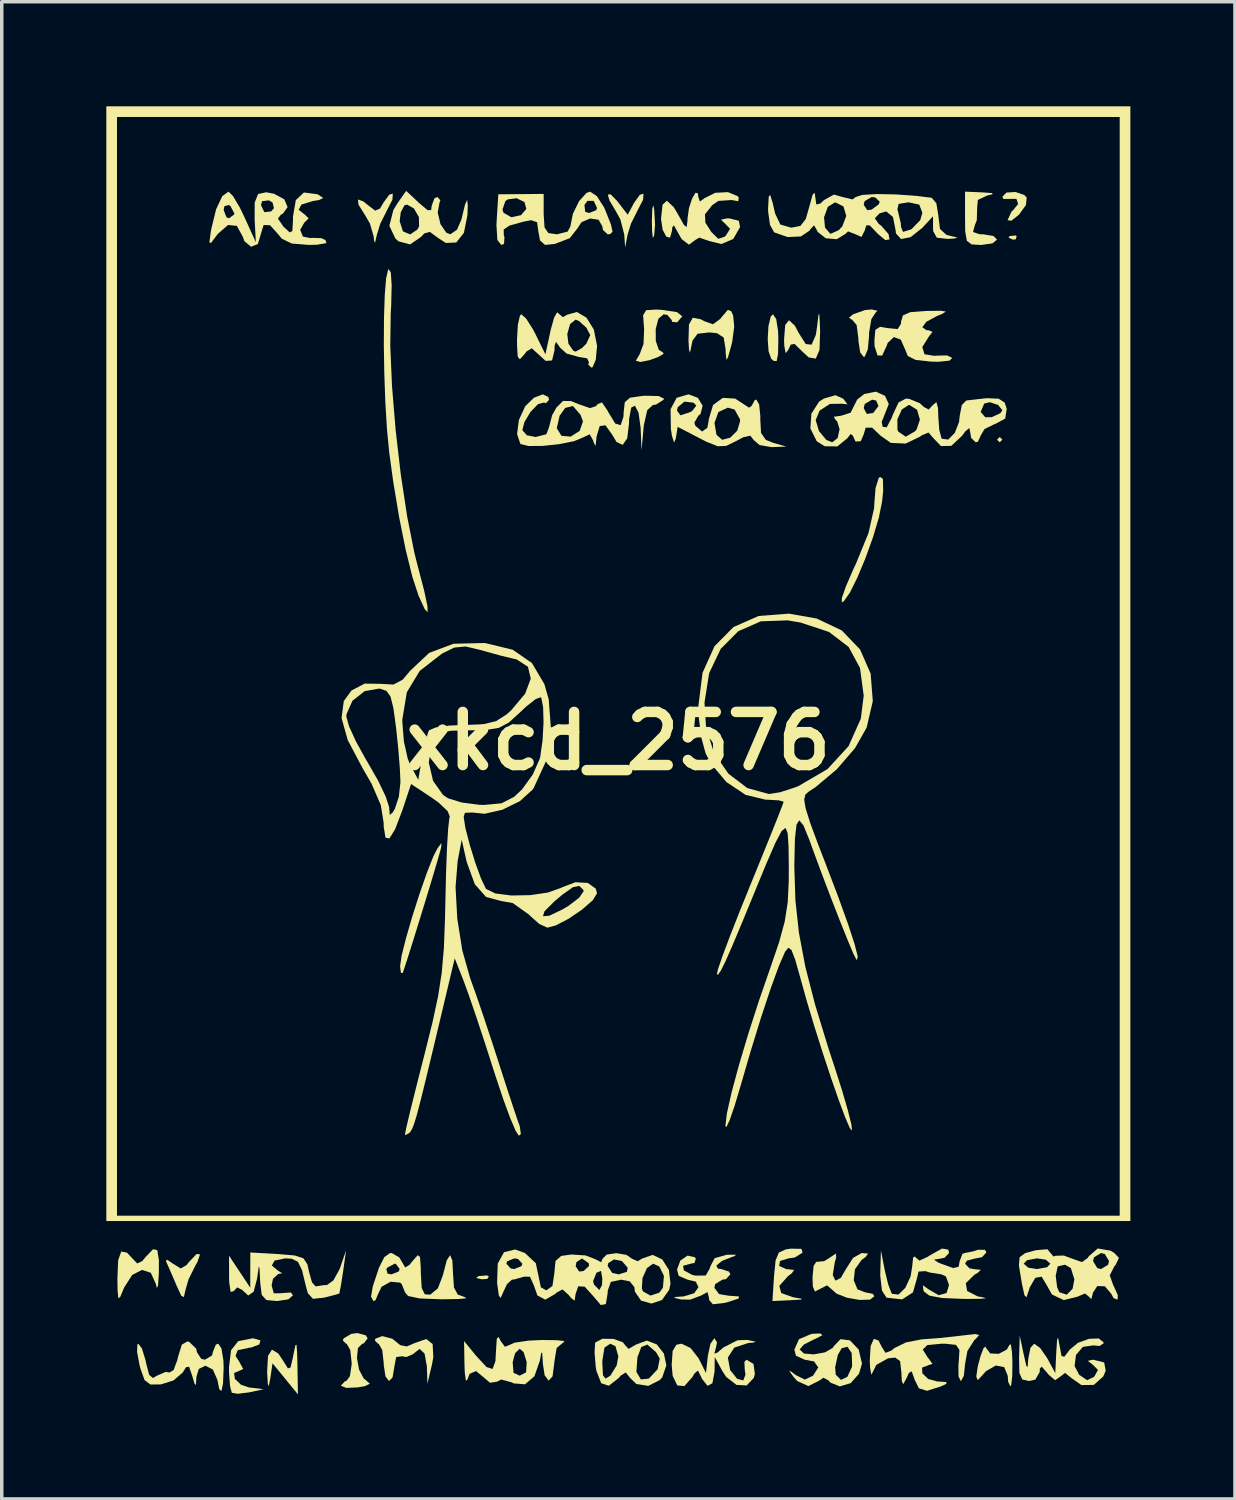
<source format=kicad_pcb>
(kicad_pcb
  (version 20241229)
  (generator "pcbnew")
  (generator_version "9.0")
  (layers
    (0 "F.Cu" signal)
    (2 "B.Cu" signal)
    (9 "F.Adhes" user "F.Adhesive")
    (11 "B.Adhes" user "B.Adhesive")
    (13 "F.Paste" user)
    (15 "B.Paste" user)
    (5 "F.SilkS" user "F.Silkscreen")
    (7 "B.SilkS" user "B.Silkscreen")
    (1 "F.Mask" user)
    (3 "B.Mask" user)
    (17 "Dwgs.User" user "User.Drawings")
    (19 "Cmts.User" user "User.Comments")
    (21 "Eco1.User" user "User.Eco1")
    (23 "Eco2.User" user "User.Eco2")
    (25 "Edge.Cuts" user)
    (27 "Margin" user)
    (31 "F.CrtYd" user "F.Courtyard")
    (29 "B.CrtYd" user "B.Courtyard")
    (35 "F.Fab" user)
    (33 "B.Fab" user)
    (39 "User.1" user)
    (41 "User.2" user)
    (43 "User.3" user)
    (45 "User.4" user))
  (footprint "xkcd_2576"
    (layer "F.Cu")
    (at 14.689 18.208)
    (property "Reference" "xkcd_2576" (at 0 0 0) (layer "F.SilkS") (effects (font (size 1.524 1.524) (thickness 0.3))))
    (attr board_only exclude_from_pos_files exclude_from_bom)
    (fp_poly (pts (xy 11.017 -8.645) (xy 10.94 -8.569) (xy 10.864 -8.645) (xy 10.94 -8.722)) (stroke (width 0) (type solid)) (fill yes) (layer "F.SilkS"))
    (fp_poly (pts (xy -3.714 15.362) (xy -3.759 15.431) (xy -3.915 15.442) (xy -4.078 15.405) (xy -4.007 15.35) (xy -3.768 15.331)) (stroke (width 0) (type solid)) (fill yes) (layer "F.SilkS"))
    (fp_poly (pts (xy 11.425 -14.485) (xy 11.404 -14.394) (xy 11.323 -14.383) (xy 11.197 -14.439) (xy 11.221 -14.485) (xy 11.402 -14.503)) (stroke (width 0) (type solid)) (fill yes) (layer "F.SilkS"))
    (fp_poly (pts (xy 1.028 -15.261) (xy 1.053 -14.808) (xy 1.026 -14.496) (xy 0.99 -14.434) (xy 0.967 -14.635) (xy 0.962 -14.919) (xy 0.973 -15.266) (xy 1.001 -15.367)) (stroke (width 0) (type solid)) (fill yes) (layer "F.SilkS"))
    (fp_poly (pts (xy 14.689 13.771) (xy -14.689 13.771) (xy -14.689 13.618) (xy -14.383 13.618) (xy 14.383 13.618) (xy 14.383 -17.902) (xy -14.383 -17.902) (xy -14.383 13.618) (xy -14.689 13.618) (xy -14.689 -18.208) (xy 14.689 -18.208)) (stroke (width 0) (type solid)) (fill yes) (layer "F.SilkS"))
    (fp_poly (pts (xy 4.529 -12.104) (xy 4.583 -11.758) (xy 4.59 -11.552) (xy 4.582 -11.101) (xy 4.543 -10.902) (xy 4.457 -10.903) (xy 4.386 -10.966) (xy 4.31 -11.18) (xy 4.285 -11.533) (xy 4.307 -11.905) (xy 4.371 -12.176) (xy 4.437 -12.241)) (stroke (width 0) (type solid)) (fill yes) (layer "F.SilkS"))
    (fp_poly (pts (xy 11.643 -15.665) (xy 11.715 -15.592) (xy 11.693 -15.377) (xy 11.494 -15.099) (xy 11.272 -14.925) (xy 11.17 -14.942) (xy 11.17 -14.952) (xy 11.283 -15.194) (xy 11.323 -15.225) (xy 11.469 -15.406) (xy 11.421 -15.552) (xy 11.246 -15.552) (xy 11.049 -15.549) (xy 11.017 -15.612) (xy 11.135 -15.734) (xy 11.393 -15.75)) (stroke (width 0) (type solid)) (fill yes) (layer "F.SilkS"))
    (fp_poly (pts (xy 0.71 -15.528) (xy 0.57 -15.257) (xy 0.362 -14.841) (xy 0.265 -14.525) (xy 0.195 -14.154) (xy 0.169 -14.536) (xy 0.057 -14.965) (xy -0.081 -15.216) (xy -0.256 -15.509) (xy -0.303 -15.675) (xy -0.223 -15.685) (xy -0.035 -15.493) (xy -0.015 -15.467) (xy 0.269 -15.098) (xy 0.453 -15.442) (xy 0.617 -15.669) (xy 0.722 -15.702)) (stroke (width 0) (type solid)) (fill yes) (layer "F.SilkS"))
    (fp_poly (pts (xy -12 14.727) (xy -12.077 14.953) (xy -12.133 15.045) (xy -12.332 15.449) (xy -12.418 15.752) (xy -12.464 15.953) (xy -12.536 15.918) (xy -12.673 15.624) (xy -12.688 15.588) (xy -12.853 15.204) (xy -12.971 14.939) (xy -12.981 14.919) (xy -12.945 14.88) (xy -12.785 14.989) (xy -12.555 15.131) (xy -12.387 15.035) (xy -12.322 14.951) (xy -12.099 14.717)) (stroke (width 0) (type solid)) (fill yes) (layer "F.SilkS"))
    (fp_poly (pts (xy -6.482 -15.528) (xy -6.621 -15.257) (xy -6.829 -14.841) (xy -6.927 -14.525) (xy -6.98 -14.294) (xy -7.008 -14.355) (xy -7.018 -14.469) (xy -7.126 -14.844) (xy -7.263 -15.081) (xy -7.456 -15.389) (xy -7.47 -15.536) (xy -7.314 -15.479) (xy -7.204 -15.389) (xy -6.976 -15.215) (xy -6.839 -15.274) (xy -6.732 -15.455) (xy -6.57 -15.675) (xy -6.47 -15.702)) (stroke (width 0) (type solid)) (fill yes) (layer "F.SilkS"))
    (fp_poly (pts (xy 7.435 -12.343) (xy 7.383 -12.293) (xy 7.258 -12.101) (xy 7.194 -11.721) (xy 7.192 -11.616) (xy 7.157 -11.238) (xy 7.071 -11.03) (xy 7.039 -11.017) (xy 6.937 -11.151) (xy 6.887 -11.482) (xy 6.886 -11.552) (xy 6.836 -11.936) (xy 6.702 -12.09) (xy 6.694 -12.09) (xy 6.615 -12.143) (xy 6.733 -12.241) (xy 7.08 -12.364) (xy 7.268 -12.38)) (stroke (width 0) (type solid)) (fill yes) (layer "F.SilkS"))
    (fp_poly (pts (xy -9.214 17.574) (xy -9.206 17.902) (xy -9.192 18.744) (xy -9.556 18.298) (xy -9.921 17.852) (xy -9.987 18.298) (xy -10.029 18.51) (xy -10.056 18.444) (xy -10.076 18.094) (xy -10.05 17.638) (xy -9.938 17.461) (xy -9.755 17.571) (xy -9.611 17.788) (xy -9.48 17.997) (xy -9.405 17.975) (xy -9.337 17.691) (xy -9.32 17.596) (xy -9.264 17.334) (xy -9.232 17.32)) (stroke (width 0) (type solid)) (fill yes) (layer "F.SilkS"))
    (fp_poly (pts (xy -5.08 3.032) (xy -5.105 3.137) (xy -5.182 3.412) (xy -5.323 3.887) (xy -5.504 4.486) (xy -5.702 5.131) (xy -5.893 5.747) (xy -6.054 6.258) (xy -6.162 6.587) (xy -6.187 6.656) (xy -6.238 6.651) (xy -6.261 6.46) (xy -6.218 6.16) (xy -6.092 5.658) (xy -5.912 5.037) (xy -5.703 4.383) (xy -5.492 3.779) (xy -5.306 3.309) (xy -5.197 3.094) (xy -5.076 2.926)) (stroke (width 0) (type solid)) (fill yes) (layer "F.SilkS"))
    (fp_poly (pts (xy 7.591 -7.518) (xy 7.597 -7.174) (xy 7.565 -6.861) (xy 7.472 -6.403) (xy 7.304 -5.842) (xy 7.091 -5.249) (xy 6.861 -4.698) (xy 6.645 -4.261) (xy 6.47 -4.011) (xy 6.41 -3.978) (xy 6.413 -4.104) (xy 6.53 -4.439) (xy 6.737 -4.919) (xy 6.815 -5.083) (xy 7.177 -5.967) (xy 7.337 -6.679) (xy 7.345 -6.834) (xy 7.379 -7.257) (xy 7.467 -7.537) (xy 7.505 -7.578)) (stroke (width 0) (type solid)) (fill yes) (layer "F.SilkS"))
    (fp_poly (pts (xy 10.443 -15.739) (xy 10.731 -15.718) (xy 10.727 -15.683) (xy 10.582 -15.65) (xy 10.314 -15.522) (xy 10.294 -15.31) (xy 10.284 -14.945) (xy 10.224 -14.787) (xy 10.175 -14.602) (xy 10.358 -14.539) (xy 10.474 -14.536) (xy 10.765 -14.485) (xy 10.864 -14.383) (xy 10.731 -14.276) (xy 10.411 -14.23) (xy 10.405 -14.23) (xy 10.133 -14.247) (xy 9.998 -14.35) (xy 9.951 -14.617) (xy 9.946 -14.995) (xy 9.946 -15.76)) (stroke (width 0) (type solid)) (fill yes) (layer "F.SilkS"))
    (fp_poly (pts (xy 5.778 -12.027) (xy 5.789 -11.753) (xy 5.771 -11.218) (xy 5.664 -10.97) (xy 5.462 -11.004) (xy 5.267 -11.183) (xy 5.056 -11.391) (xy 4.947 -11.373) (xy 4.874 -11.218) (xy 4.8 -11.127) (xy 4.761 -11.329) (xy 4.754 -11.514) (xy 4.787 -11.935) (xy 4.896 -12.071) (xy 5.065 -11.914) (xy 5.175 -11.705) (xy 5.376 -11.388) (xy 5.544 -11.37) (xy 5.665 -11.648) (xy 5.703 -11.897) (xy 5.739 -12.213) (xy 5.762 -12.262)) (stroke (width 0) (type solid)) (fill yes) (layer "F.SilkS"))
    (fp_poly (pts (xy -13.227 14.603) (xy -13.18 14.895) (xy -13.182 15.263) (xy -13.205 15.618) (xy -13.239 15.696) (xy -13.268 15.573) (xy -13.414 15.255) (xy -13.665 15.173) (xy -13.946 15.318) (xy -14.179 15.681) (xy -14.18 15.684) (xy -14.29 15.949) (xy -14.344 15.986) (xy -14.365 15.765) (xy -14.371 15.441) (xy -14.35 14.898) (xy -14.261 14.646) (xy -14.098 14.676) (xy -13.977 14.806) (xy -13.802 14.988) (xy -13.658 14.92) (xy -13.563 14.804) (xy -13.349 14.58)) (stroke (width 0) (type solid)) (fill yes) (layer "F.SilkS"))
    (fp_poly (pts (xy 5.253 14.569) (xy 5.286 14.677) (xy 5.064 14.816) (xy 4.887 14.842) (xy 4.639 14.916) (xy 4.612 15.059) (xy 4.817 15.151) (xy 4.858 15.153) (xy 5.042 15.173) (xy 4.978 15.268) (xy 4.858 15.361) (xy 4.618 15.632) (xy 4.674 15.838) (xy 5.011 15.957) (xy 5.264 16.001) (xy 5.238 16.025) (xy 4.926 16.043) (xy 4.421 16.066) (xy 4.467 15.339) (xy 4.512 14.897) (xy 4.606 14.674) (xy 4.805 14.584) (xy 4.951 14.563)) (stroke (width 0) (type solid)) (fill yes) (layer "F.SilkS"))
    (fp_poly (pts (xy -10.267 17.195) (xy -10.299 17.311) (xy -10.53 17.398) (xy -10.575 17.403) (xy -10.919 17.476) (xy -10.982 17.639) (xy -10.867 17.822) (xy -10.763 18.015) (xy -10.845 18.055) (xy -11.023 18.131) (xy -11.001 18.299) (xy -10.824 18.468) (xy -10.596 18.545) (xy -10.175 18.596) (xy -10.592 18.686) (xy -10.923 18.727) (xy -11.09 18.697) (xy -11.139 18.507) (xy -11.168 18.128) (xy -11.17 17.97) (xy -11.111 17.477) (xy -10.904 17.217) (xy -10.504 17.138) (xy -10.469 17.137)) (stroke (width 0) (type solid)) (fill yes) (layer "F.SilkS"))
    (fp_poly (pts (xy 11.293 17.535) (xy 11.305 17.788) (xy 11.301 18.211) (xy 11.271 18.473) (xy 11.246 18.514) (xy 11.184 18.386) (xy 11.17 18.208) (xy 11.069 17.961) (xy 10.829 17.916) (xy 10.545 18.078) (xy 10.465 18.17) (xy 10.312 18.336) (xy 10.271 18.247) (xy 10.272 18.208) (xy 10.312 17.938) (xy 10.391 17.643) (xy 10.476 17.421) (xy 10.535 17.368) (xy 10.543 17.405) (xy 10.668 17.569) (xy 10.913 17.581) (xy 11.144 17.458) (xy 11.217 17.329) (xy 11.26 17.305)) (stroke (width 0) (type solid)) (fill yes) (layer "F.SilkS"))
    (fp_poly (pts (xy 3.24 -12.328) (xy 3.294 -12.205) (xy 3.324 -11.888) (xy 3.266 -11.448) (xy 3.245 -11.363) (xy 3.146 -11.009) (xy 3.1 -10.935) (xy 3.08 -11.124) (xy 3.076 -11.246) (xy 3.022 -11.575) (xy 2.826 -11.701) (xy 2.609 -11.721) (xy 2.274 -11.684) (xy 2.127 -11.484) (xy 2.097 -11.339) (xy 2.055 -11.14) (xy 2.028 -11.223) (xy 2.012 -11.489) (xy 2.026 -11.95) (xy 2.136 -12.143) (xy 2.366 -12.099) (xy 2.461 -12.045) (xy 2.715 -11.955) (xy 2.924 -12.109) (xy 2.969 -12.168) (xy 3.143 -12.371)) (stroke (width 0) (type solid)) (fill yes) (layer "F.SilkS"))
    (fp_poly (pts (xy -7.245 17.05) (xy -7.192 17.137) (xy -7.308 17.286) (xy -7.345 17.29) (xy -7.47 17.413) (xy -7.498 17.701) (xy -7.439 18.033) (xy -7.305 18.287) (xy -7.247 18.333) (xy -7.129 18.437) (xy -7.265 18.507) (xy -7.477 18.544) (xy -7.806 18.558) (xy -7.956 18.496) (xy -7.957 18.488) (xy -7.839 18.365) (xy -7.804 18.361) (xy -7.702 18.227) (xy -7.652 17.896) (xy -7.651 17.826) (xy -7.691 17.472) (xy -7.791 17.295) (xy -7.813 17.29) (xy -7.904 17.197) (xy -7.88 17.137) (xy -7.664 17.009) (xy -7.489 16.984)) (stroke (width 0) (type solid)) (fill yes) (layer "F.SilkS"))
    (fp_poly (pts (xy 1.254 -12.368) (xy 1.683 -12.304) (xy 1.834 -12.183) (xy 1.693 -12.018) (xy 1.683 -12.011) (xy 1.542 -12.024) (xy 1.53 -12.079) (xy 1.406 -12.223) (xy 1.301 -12.241) (xy 1.149 -12.114) (xy 1.072 -11.817) (xy 1.074 -11.477) (xy 1.161 -11.221) (xy 1.262 -11.159) (xy 1.304 -11.112) (xy 1.151 -11.02) (xy 0.898 -10.927) (xy 0.643 -10.875) (xy 0.632 -10.875) (xy 0.501 -10.91) (xy 0.605 -11.085) (xy 0.61 -11.091) (xy 0.722 -11.391) (xy 0.74 -11.817) (xy 0.736 -11.861) (xy 0.71 -12.213) (xy 0.798 -12.359) (xy 1.08 -12.378)) (stroke (width 0) (type solid)) (fill yes) (layer "F.SilkS"))
    (fp_poly (pts (xy -6.485 17.148) (xy -6.256 17.332) (xy -6.07 17.369) (xy -5.839 17.27) (xy -5.51 17.156) (xy -5.328 17.299) (xy -5.308 17.681) (xy -5.35 17.902) (xy -5.477 18.438) (xy -5.493 17.941) (xy -5.559 17.573) (xy -5.7 17.44) (xy -5.879 17.577) (xy -5.887 17.59) (xy -6.086 17.673) (xy -6.202 17.65) (xy -6.373 17.673) (xy -6.426 17.95) (xy -6.427 17.963) (xy -6.477 18.258) (xy -6.58 18.361) (xy -6.681 18.227) (xy -6.731 17.896) (xy -6.733 17.826) (xy -6.773 17.472) (xy -6.873 17.295) (xy -6.895 17.29) (xy -6.988 17.198) (xy -6.966 17.144) (xy -6.772 17.072)) (stroke (width 0) (type solid)) (fill yes) (layer "F.SilkS"))
    (fp_poly (pts (xy -6.527 -13.439) (xy -6.503 -13.076) (xy -6.517 -12.483) (xy -6.529 -12.282) (xy -6.543 -11.34) (xy -6.494 -10.193) (xy -6.39 -8.933) (xy -6.242 -7.653) (xy -6.059 -6.445) (xy -5.852 -5.402) (xy -5.753 -5.011) (xy -5.57 -4.311) (xy -5.476 -3.868) (xy -5.472 -3.691) (xy -5.557 -3.788) (xy -5.731 -4.168) (xy -5.732 -4.17) (xy -5.909 -4.709) (xy -6.1 -5.482) (xy -6.288 -6.418) (xy -6.459 -7.446) (xy -6.571 -8.259) (xy -6.636 -8.923) (xy -6.684 -9.702) (xy -6.714 -10.537) (xy -6.728 -11.371) (xy -6.723 -12.144) (xy -6.701 -12.799) (xy -6.662 -13.277) (xy -6.604 -13.52) (xy -6.589 -13.536)) (stroke (width 0) (type solid)) (fill yes) (layer "F.SilkS"))
    (fp_poly (pts (xy 7.164 14.706) (xy 7.094 14.801) (xy 6.977 14.889) (xy 6.788 15.153) (xy 6.753 15.471) (xy 6.86 15.73) (xy 7.077 15.815) (xy 7.303 15.861) (xy 7.345 15.93) (xy 7.22 16.026) (xy 6.922 16.035) (xy 6.565 15.973) (xy 6.265 15.857) (xy 6.156 15.761) (xy 5.987 15.616) (xy 5.791 15.716) (xy 5.642 15.793) (xy 5.58 15.654) (xy 5.57 15.381) (xy 5.602 15.058) (xy 5.682 14.936) (xy 5.699 14.942) (xy 5.906 14.922) (xy 6.073 14.818) (xy 6.243 14.703) (xy 6.249 14.821) (xy 6.209 14.957) (xy 6.151 15.32) (xy 6.228 15.481) (xy 6.383 15.402) (xy 6.517 15.168) (xy 6.734 14.828) (xy 6.98 14.689) (xy 6.984 14.689)) (stroke (width 0) (type solid)) (fill yes) (layer "F.SilkS"))
    (fp_poly (pts (xy 9.395 -12.32) (xy 9.292 -12.253) (xy 9.142 -12.193) (xy 8.833 -12.025) (xy 8.721 -11.87) (xy 8.841 -11.786) (xy 8.905 -11.782) (xy 9.012 -11.737) (xy 8.905 -11.598) (xy 8.72 -11.301) (xy 8.783 -11.095) (xy 9.071 -11.049) (xy 9.108 -11.055) (xy 9.429 -11.062) (xy 9.581 -10.989) (xy 9.5 -10.912) (xy 9.188 -10.88) (xy 8.972 -10.884) (xy 8.525 -10.934) (xy 8.303 -11.046) (xy 8.231 -11.224) (xy 8.103 -11.515) (xy 7.902 -11.587) (xy 7.727 -11.42) (xy 7.699 -11.339) (xy 7.569 -11.059) (xy 7.436 -11.06) (xy 7.352 -11.32) (xy 7.345 -11.479) (xy 7.373 -11.795) (xy 7.51 -11.883) (xy 7.727 -11.845) (xy 8.014 -11.818) (xy 8.108 -11.968) (xy 8.111 -12.033) (xy 8.165 -12.211) (xy 8.375 -12.302) (xy 8.814 -12.336) (xy 8.838 -12.337) (xy 9.253 -12.343)) (stroke (width 0) (type solid)) (fill yes) (layer "F.SilkS"))
    (fp_poly (pts (xy -5.721 -15.439) (xy -5.472 -15.228) (xy -5.37 -15.231) (xy -5.355 -15.351) (xy -5.276 -15.571) (xy -5.193 -15.607) (xy -5.105 -15.512) (xy -5.131 -15.446) (xy -5.182 -15.161) (xy -5.102 -14.827) (xy -4.936 -14.583) (xy -4.82 -14.536) (xy -4.629 -14.668) (xy -4.503 -14.957) (xy -4.398 -15.391) (xy -4.337 -15.524) (xy -4.319 -15.36) (xy -4.329 -15.087) (xy -4.431 -14.578) (xy -4.649 -14.302) (xy -4.949 -14.288) (xy -5.172 -14.432) (xy -5.408 -14.606) (xy -5.57 -14.56) (xy -5.658 -14.463) (xy -5.975 -14.246) (xy -6.303 -14.334) (xy -6.396 -14.414) (xy -6.569 -14.78) (xy -6.536 -14.91) (xy -6.273 -14.91) (xy -6.179 -14.62) (xy -5.97 -14.533) (xy -5.761 -14.677) (xy -5.716 -14.768) (xy -5.722 -15.032) (xy -5.864 -15.277) (xy -6.06 -15.388) (xy -6.138 -15.367) (xy -6.243 -15.165) (xy -6.273 -14.91) (xy -6.536 -14.91) (xy -6.453 -15.236) (xy -6.333 -15.431) (xy -6.087 -15.783)) (stroke (width 0) (type solid)) (fill yes) (layer "F.SilkS"))
    (fp_poly (pts (xy -12.312 17.237) (xy -12.112 17.431) (xy -12.088 17.536) (xy -11.965 17.725) (xy -11.858 17.749) (xy -11.656 17.627) (xy -11.629 17.52) (xy -11.546 17.316) (xy -11.476 17.29) (xy -11.385 17.427) (xy -11.33 17.773) (xy -11.323 17.979) (xy -11.341 18.433) (xy -11.386 18.647) (xy -11.447 18.598) (xy -11.504 18.325) (xy -11.633 18.031) (xy -11.845 17.922) (xy -12.035 18.013) (xy -12.103 18.235) (xy -12.12 18.477) (xy -12.159 18.436) (xy -12.226 18.208) (xy -12.315 17.95) (xy -12.404 17.965) (xy -12.497 18.117) (xy -12.76 18.343) (xy -13.122 18.458) (xy -13.424 18.461) (xy -13.592 18.333) (xy -13.712 17.997) (xy -13.737 17.899) (xy -13.807 17.523) (xy -13.797 17.309) (xy -13.772 17.29) (xy -13.669 17.424) (xy -13.567 17.754) (xy -13.55 17.837) (xy -13.461 18.184) (xy -13.35 18.274) (xy -13.233 18.206) (xy -12.984 18.098) (xy -12.876 18.117) (xy -12.759 18.046) (xy -12.651 17.757) (xy -12.635 17.679) (xy -12.523 17.317) (xy -12.36 17.224)) (stroke (width 0) (type solid)) (fill yes) (layer "F.SilkS"))
    (fp_poly (pts (xy 2.831 17.253) (xy 2.8 17.405) (xy 2.752 17.577) (xy 2.842 17.545) (xy 3.022 17.393) (xy 3.419 17.192) (xy 3.698 17.181) (xy 3.935 17.233) (xy 3.879 17.258) (xy 3.729 17.27) (xy 3.328 17.401) (xy 3.141 17.687) (xy 3.208 18.046) (xy 3.411 18.3) (xy 3.584 18.344) (xy 3.648 18.175) (xy 3.628 18.055) (xy 3.616 17.811) (xy 3.678 17.749) (xy 3.878 17.872) (xy 3.917 18.159) (xy 3.886 18.271) (xy 3.682 18.487) (xy 3.389 18.472) (xy 3.095 18.244) (xy 2.995 18.094) (xy 2.766 17.673) (xy 2.76 18.094) (xy 2.698 18.425) (xy 2.559 18.499) (xy 2.397 18.294) (xy 2.378 18.247) (xy 2.283 18.06) (xy 2.183 18.146) (xy 2.124 18.247) (xy 1.894 18.507) (xy 1.691 18.487) (xy 1.558 18.211) (xy 1.53 17.902) (xy 1.558 17.498) (xy 1.666 17.32) (xy 1.812 17.29) (xy 2.074 17.416) (xy 2.304 17.711) (xy 2.515 18.132) (xy 2.568 17.635) (xy 2.641 17.296) (xy 2.749 17.139) (xy 2.759 17.137)) (stroke (width 0) (type solid)) (fill yes) (layer "F.SilkS"))
    (fp_poly (pts (xy -0.137 17.153) (xy 0.13 17.25) (xy 0.192 17.329) (xy 0.294 17.439) (xy 0.501 17.318) (xy 0.816 17.2) (xy 1.103 17.31) (xy 1.307 17.573) (xy 1.377 17.912) (xy 1.261 18.251) (xy 1.193 18.331) (xy 0.86 18.5) (xy 0.517 18.447) (xy 0.34 18.275) (xy 0.212 18.115) (xy 0.067 18.207) (xy 0.008 18.275) (xy -0.274 18.497) (xy -0.492 18.424) (xy -0.631 18.065) (xy -0.65 17.941) (xy -0.658 17.845) (xy -0.459 17.845) (xy -0.442 18.195) (xy -0.368 18.292) (xy -0.23 18.208) (xy -0.162 18.099) (xy 0.518 18.099) (xy 0.647 18.315) (xy 0.875 18.292) (xy 1.128 18.021) (xy 1.188 17.718) (xy 1.082 17.533) (xy 0.832 17.315) (xy 0.658 17.387) (xy 0.547 17.68) (xy 0.518 18.099) (xy -0.162 18.099) (xy -0.047 17.912) (xy 0 17.654) (xy -0.083 17.361) (xy -0.23 17.29) (xy -0.397 17.402) (xy -0.458 17.764) (xy -0.459 17.845) (xy -0.658 17.845) (xy -0.682 17.539) (xy -0.667 17.277) (xy -0.658 17.252) (xy -0.455 17.148)) (stroke (width 0) (type solid)) (fill yes) (layer "F.SilkS"))
    (fp_poly (pts (xy 5.855 17.045) (xy 5.658 17.149) (xy 5.623 17.162) (xy 5.322 17.315) (xy 5.202 17.456) (xy 5.325 17.573) (xy 5.608 17.596) (xy 5.925 17.539) (xy 6.148 17.413) (xy 6.176 17.367) (xy 6.373 17.16) (xy 6.644 17.194) (xy 6.891 17.454) (xy 6.896 17.463) (xy 6.99 17.86) (xy 6.905 18.151) (xy 6.666 18.421) (xy 6.35 18.515) (xy 6.078 18.403) (xy 6.036 18.348) (xy 5.883 18.265) (xy 5.767 18.348) (xy 5.45 18.506) (xy 5.132 18.36) (xy 5.03 18.247) (xy 4.898 18.065) (xy 4.977 18.103) (xy 5.088 18.189) (xy 5.35 18.319) (xy 5.583 18.21) (xy 5.736 17.972) (xy 5.731 17.965) (xy 6.22 17.965) (xy 6.236 18.177) (xy 6.387 18.328) (xy 6.569 18.241) (xy 6.698 17.963) (xy 6.707 17.911) (xy 6.694 17.558) (xy 6.574 17.379) (xy 6.409 17.418) (xy 6.298 17.609) (xy 6.22 17.965) (xy 5.731 17.965) (xy 5.615 17.799) (xy 5.346 17.749) (xy 5.095 17.635) (xy 5.049 17.46) (xy 5.183 17.16) (xy 5.544 17.007) (xy 5.789 16.996)) (stroke (width 0) (type solid)) (fill yes) (layer "F.SilkS"))
    (fp_poly (pts (xy -6.286 14.813) (xy -6.209 14.942) (xy -6.115 15.104) (xy -5.987 15.024) (xy -5.892 14.904) (xy -5.755 14.751) (xy -5.69 14.8) (xy -5.669 15.093) (xy -5.666 15.274) (xy -5.641 15.691) (xy -5.555 15.871) (xy -5.4 15.885) (xy -5.178 15.703) (xy -5.035 15.331) (xy -4.921 14.894) (xy -4.826 14.75) (xy -4.762 14.901) (xy -4.743 15.265) (xy -4.716 15.679) (xy -4.605 15.881) (xy -4.399 15.956) (xy -4.363 15.987) (xy -4.585 16.008) (xy -5.019 16.016) (xy -5.088 16.016) (xy -5.697 15.992) (xy -6.031 15.922) (xy -6.12 15.818) (xy -6.216 15.576) (xy -6.26 15.539) (xy -6.532 15.512) (xy -6.792 15.656) (xy -6.886 15.853) (xy -6.968 16.046) (xy -7.028 16.066) (xy -7.095 15.94) (xy -7.044 15.645) (xy -6.879 15.148) (xy -6.656 15.148) (xy -6.621 15.279) (xy -6.512 15.301) (xy -6.303 15.221) (xy -6.273 15.148) (xy -6.383 15) (xy -6.417 14.995) (xy -6.625 15.106) (xy -6.656 15.148) (xy -6.879 15.148) (xy -6.864 15.105) (xy -6.714 14.807) (xy -6.559 14.695) (xy -6.503 14.689)) (stroke (width 0) (type solid)) (fill yes) (layer "F.SilkS"))
    (fp_poly (pts (xy -3.382 17.204) (xy -3.255 17.377) (xy -3.171 17.346) (xy -2.978 17.261) (xy -2.576 17.202) (xy -2.188 17.184) (xy -1.766 17.19) (xy -1.547 17.214) (xy -1.568 17.245) (xy -1.77 17.413) (xy -1.836 17.812) (xy -1.836 17.837) (xy -1.888 18.229) (xy -2.001 18.35) (xy -2.115 18.195) (xy -2.165 17.864) (xy -2.184 17.558) (xy -2.21 17.542) (xy -2.251 17.776) (xy -2.408 18.224) (xy -2.677 18.455) (xy -3.006 18.428) (xy -3.053 18.401) (xy -3.36 18.317) (xy -3.476 18.379) (xy -3.682 18.411) (xy -3.82 18.291) (xy -4.082 18.075) (xy -4.265 18.154) (xy -4.332 18.323) (xy -4.374 18.351) (xy -4.405 18.125) (xy -4.414 17.902) (xy -4.426 17.214) (xy -4.082 17.635) (xy -3.781 17.96) (xy -3.607 18.014) (xy -3.537 17.821) (xy -3.032 17.821) (xy -3.007 18.125) (xy -2.831 18.208) (xy -2.647 18.111) (xy -2.629 17.821) (xy -2.718 17.531) (xy -2.831 17.434) (xy -2.962 17.565) (xy -3.032 17.821) (xy -3.537 17.821) (xy -3.526 17.79) (xy -3.509 17.482) (xy -3.487 17.147) (xy -3.435 17.097)) (stroke (width 0) (type solid)) (fill yes) (layer "F.SilkS"))
    (fp_poly (pts (xy 3.376 14.738) (xy 3.333 14.779) (xy 3.29 14.791) (xy 2.975 14.914) (xy 2.812 15.047) (xy 2.855 15.137) (xy 2.953 15.148) (xy 3.176 15.222) (xy 3.213 15.301) (xy 3.089 15.437) (xy 2.984 15.454) (xy 2.781 15.577) (xy 2.754 15.684) (xy 2.889 15.867) (xy 3.162 15.913) (xy 3.459 15.934) (xy 3.453 15.994) (xy 3.145 16.094) (xy 3.022 16.124) (xy 2.713 16.159) (xy 2.605 16.037) (xy 2.601 15.974) (xy 2.558 15.81) (xy 2.387 15.901) (xy 2.38 15.906) (xy 2.062 16.026) (xy 1.806 16.022) (xy 1.592 15.973) (xy 1.661 15.947) (xy 1.874 15.934) (xy 2.176 15.843) (xy 2.299 15.669) (xy 2.221 15.509) (xy 1.989 15.454) (xy 1.732 15.345) (xy 1.683 15.165) (xy 1.778 14.905) (xy 1.986 14.763) (xy 2.19 14.808) (xy 2.223 14.849) (xy 2.184 14.974) (xy 2.075 14.995) (xy 1.857 15.056) (xy 1.879 15.186) (xy 2.109 15.312) (xy 2.211 15.337) (xy 2.507 15.333) (xy 2.625 15.128) (xy 2.632 15.087) (xy 2.762 14.837) (xy 3.103 14.741) (xy 3.137 14.738)) (stroke (width 0) (type solid)) (fill yes) (layer "F.SilkS"))
    (fp_poly (pts (xy 3.422 -15.63) (xy 3.453 -15.591) (xy 3.441 -15.485) (xy 3.249 -15.52) (xy 2.869 -15.494) (xy 2.694 -15.372) (xy 2.484 -15.108) (xy 2.498 -14.869) (xy 2.667 -14.604) (xy 2.866 -14.407) (xy 3.044 -14.464) (xy 3.087 -14.504) (xy 3.205 -14.694) (xy 3.059 -14.846) (xy 2.944 -14.954) (xy 3.102 -14.991) (xy 3.186 -14.993) (xy 3.457 -14.924) (xy 3.492 -14.744) (xy 3.297 -14.402) (xy 2.956 -14.257) (xy 2.609 -14.343) (xy 2.323 -14.441) (xy 2.217 -14.38) (xy 2.025 -14.238) (xy 1.817 -14.398) (xy 1.717 -14.574) (xy 1.595 -14.791) (xy 1.547 -14.738) (xy 1.54 -14.642) (xy 1.484 -14.44) (xy 1.376 -14.468) (xy 1.271 -14.666) (xy 1.224 -14.978) (xy 1.224 -14.979) (xy 1.268 -15.386) (xy 1.393 -15.499) (xy 1.589 -15.316) (xy 1.708 -15.116) (xy 1.883 -14.803) (xy 1.96 -14.745) (xy 1.983 -14.922) (xy 1.985 -14.995) (xy 2.027 -15.292) (xy 2.116 -15.561) (xy 2.213 -15.727) (xy 2.282 -15.713) (xy 2.293 -15.615) (xy 2.338 -15.477) (xy 2.479 -15.577) (xy 2.779 -15.727) (xy 3.145 -15.746)) (stroke (width 0) (type solid)) (fill yes) (layer "F.SilkS"))
    (fp_poly (pts (xy -0.914 -12.145) (xy -0.703 -11.804) (xy -0.612 -11.346) (xy -0.612 -11.314) (xy -0.648 -10.934) (xy -0.739 -10.725) (xy -0.774 -10.711) (xy -0.865 -10.805) (xy -0.842 -10.864) (xy -0.895 -10.978) (xy -1.131 -11.017) (xy -1.486 -11.116) (xy -1.671 -11.285) (xy -1.789 -11.451) (xy -1.828 -11.342) (xy -1.831 -11.208) (xy -1.902 -10.917) (xy -2.086 -10.905) (xy -2.307 -11.107) (xy -2.483 -11.266) (xy -2.634 -11.175) (xy -2.708 -11.078) (xy -2.827 -10.951) (xy -2.887 -11.025) (xy -2.906 -11.346) (xy -2.907 -11.523) (xy -2.883 -11.944) (xy -2.823 -12.202) (xy -2.783 -12.241) (xy -2.644 -12.117) (xy -2.446 -11.805) (xy -2.375 -11.667) (xy -2.092 -11.093) (xy -1.966 -11.674) (xy -1.465 -11.674) (xy -1.432 -11.399) (xy -1.293 -11.197) (xy -1.226 -11.17) (xy -1.042 -11.274) (xy -0.918 -11.399) (xy -0.805 -11.644) (xy -0.918 -11.858) (xy -1.131 -12.05) (xy -1.226 -12.088) (xy -1.385 -11.96) (xy -1.465 -11.674) (xy -1.966 -11.674) (xy -1.943 -11.782) (xy -1.844 -12.143) (xy -1.757 -12.299) (xy -1.724 -12.273) (xy -1.592 -12.16) (xy -1.467 -12.23) (xy -1.188 -12.307)) (stroke (width 0) (type solid)) (fill yes) (layer "F.SilkS"))
    (fp_poly (pts (xy 10.353 17.041) (xy 10.25 17.156) (xy 10.214 17.185) (xy 10.014 17.5) (xy 9.946 17.881) (xy 9.912 18.213) (xy 9.829 18.361) (xy 9.823 18.361) (xy 9.759 18.228) (xy 9.756 17.901) (xy 9.764 17.826) (xy 9.786 17.471) (xy 9.686 17.323) (xy 9.381 17.291) (xy 9.274 17.29) (xy 8.862 17.33) (xy 8.734 17.458) (xy 8.878 17.69) (xy 8.905 17.719) (xy 9.012 17.87) (xy 8.905 17.902) (xy 8.713 17.977) (xy 8.722 18.14) (xy 8.889 18.302) (xy 9.142 18.372) (xy 9.415 18.391) (xy 9.405 18.445) (xy 9.257 18.514) (xy 8.854 18.642) (xy 8.622 18.569) (xy 8.501 18.323) (xy 8.415 18.083) (xy 8.338 18.126) (xy 8.264 18.285) (xy 8.173 18.452) (xy 8.132 18.362) (xy 8.12 18.115) (xy 8.083 17.789) (xy 7.941 17.688) (xy 7.736 17.71) (xy 7.401 17.898) (xy 7.297 18.11) (xy 7.256 18.178) (xy 7.223 17.982) (xy 7.212 17.788) (xy 7.238 17.357) (xy 7.33 17.15) (xy 7.463 17.198) (xy 7.561 17.388) (xy 7.665 17.553) (xy 7.833 17.486) (xy 7.922 17.414) (xy 8.255 17.252) (xy 8.699 17.166) (xy 8.722 17.165) (xy 9.25 17.125) (xy 9.821 17.061) (xy 9.869 17.055) (xy 10.24 17.013)) (stroke (width 0) (type solid)) (fill yes) (layer "F.SilkS"))
    (fp_poly (pts (xy 11.629 17.596) (xy 11.703 17.921) (xy 11.741 17.961) (xy 11.761 17.734) (xy 11.762 17.711) (xy 11.823 17.405) (xy 11.93 17.29) (xy 12.099 17.411) (xy 12.302 17.703) (xy 12.306 17.711) (xy 12.535 18.132) (xy 12.564 17.52) (xy 12.587 17.176) (xy 12.615 17.12) (xy 12.657 17.338) (xy 12.658 17.346) (xy 12.714 17.643) (xy 12.795 17.664) (xy 12.95 17.461) (xy 13.188 17.264) (xy 13.503 17.15) (xy 13.785 17.14) (xy 13.923 17.255) (xy 13.924 17.276) (xy 13.803 17.357) (xy 13.631 17.338) (xy 13.326 17.381) (xy 13.127 17.616) (xy 13.089 17.933) (xy 13.22 18.181) (xy 13.448 18.337) (xy 13.644 18.243) (xy 13.654 18.234) (xy 13.76 18.043) (xy 13.617 17.898) (xy 13.47 17.782) (xy 13.599 17.752) (xy 13.631 17.752) (xy 13.937 17.828) (xy 13.982 18.063) (xy 13.913 18.229) (xy 13.64 18.472) (xy 13.286 18.477) (xy 13 18.278) (xy 12.817 18.128) (xy 12.672 18.239) (xy 12.531 18.337) (xy 12.345 18.181) (xy 12.315 18.141) (xy 12.147 17.949) (xy 12.092 18.002) (xy 12.088 18.103) (xy 11.962 18.32) (xy 11.782 18.361) (xy 11.589 18.317) (xy 11.505 18.129) (xy 11.496 17.719) (xy 11.496 17.711) (xy 11.516 17.061)) (stroke (width 0) (type solid)) (fill yes) (layer "F.SilkS"))
    (fp_poly (pts (xy -7.897 15.225) (xy -7.957 15.611) (xy -8.001 15.834) (xy -8.009 15.853) (xy -8.157 15.897) (xy -8.45 15.97) (xy -8.761 16.002) (xy -8.908 15.842) (xy -8.961 15.648) (xy -9.075 15.181) (xy -9.192 14.941) (xy -9.365 14.853) (xy -9.558 14.842) (xy -9.862 14.905) (xy -9.941 15.047) (xy -9.758 15.198) (xy -9.755 15.2) (xy -9.642 15.269) (xy -9.755 15.289) (xy -9.908 15.428) (xy -9.946 15.618) (xy -9.885 15.846) (xy -9.652 15.841) (xy -9.64 15.837) (xy -9.393 15.822) (xy -9.334 15.903) (xy -9.467 16.018) (xy -9.787 16.066) (xy -9.793 16.066) (xy -10.096 16.038) (xy -10.231 15.891) (xy -10.274 15.537) (xy -10.276 15.492) (xy -10.294 15.134) (xy -10.313 15.069) (xy -10.346 15.286) (xy -10.362 15.416) (xy -10.462 15.797) (xy -10.618 15.908) (xy -10.797 15.744) (xy -10.936 15.674) (xy -11.034 15.782) (xy -11.122 15.806) (xy -11.163 15.535) (xy -11.167 15.378) (xy -11.168 14.766) (xy -10.864 15.225) (xy -10.56 15.684) (xy -10.559 15.178) (xy -10.558 14.673) (xy -9.755 14.719) (xy -9.284 14.759) (xy -9.035 14.841) (xy -8.92 15.013) (xy -8.874 15.225) (xy -8.787 15.533) (xy -8.685 15.646) (xy -8.682 15.645) (xy -8.437 15.609) (xy -8.361 15.607) (xy -8.177 15.477) (xy -8 15.158) (xy -7.982 15.11) (xy -7.811 14.613)) (stroke (width 0) (type solid)) (fill yes) (layer "F.SilkS"))
    (fp_poly (pts (xy -0.617 -15.632) (xy -0.413 -15.315) (xy -0.375 -15.23) (xy -0.211 -14.816) (xy -0.166 -14.61) (xy -0.234 -14.541) (xy -0.306 -14.536) (xy -0.442 -14.66) (xy -0.459 -14.766) (xy -0.567 -14.954) (xy -0.809 -14.99) (xy -1.057 -14.884) (xy -1.176 -14.703) (xy -1.394 -14.425) (xy -1.822 -14.26) (xy -2.104 -14.232) (xy -2.247 -14.361) (xy -2.295 -14.616) (xy -2.331 -14.883) (xy -2.502 -14.941) (xy -2.716 -14.9) (xy -3.121 -14.787) (xy -3.289 -14.674) (xy -3.285 -14.507) (xy -3.267 -14.455) (xy -3.28 -14.261) (xy -3.358 -14.23) (xy -3.471 -14.375) (xy -3.497 -14.802) (xy -3.489 -14.957) (xy -3.471 -15.245) (xy -3.324 -15.245) (xy -3.293 -15.153) (xy -3.069 -15.026) (xy -2.793 -15.085) (xy -2.639 -15.263) (xy -2.693 -15.461) (xy -2.916 -15.57) (xy -3.171 -15.539) (xy -3.241 -15.488) (xy -3.324 -15.245) (xy -3.471 -15.245) (xy -3.443 -15.684) (xy -2.792 -15.689) (xy -2.142 -15.695) (xy -2.142 -15.115) (xy -2.118 -14.735) (xy -2.008 -14.571) (xy -1.76 -14.536) (xy -1.455 -14.614) (xy -1.377 -14.758) (xy -1.303 -15.127) (xy -1.18 -15.377) (xy -0.974 -15.377) (xy -0.949 -15.18) (xy -0.837 -15.148) (xy -0.636 -15.227) (xy -0.612 -15.292) (xy -0.706 -15.496) (xy -0.886 -15.495) (xy -0.974 -15.377) (xy -1.18 -15.377) (xy -1.126 -15.488) (xy -0.911 -15.725) (xy -0.809 -15.76)) (stroke (width 0) (type solid)) (fill yes) (layer "F.SilkS"))
    (fp_poly (pts (xy 2.284 -9.843) (xy 2.418 -9.617) (xy 2.359 -9.386) (xy 2.298 -9.335) (xy 2.182 -9.137) (xy 2.208 -9.045) (xy 2.402 -8.878) (xy 2.553 -8.984) (xy 2.579 -9.125) (xy 2.758 -9.125) (xy 2.816 -8.783) (xy 2.98 -8.641) (xy 3.209 -8.701) (xy 3.411 -8.901) (xy 3.494 -9.18) (xy 3.49 -9.229) (xy 3.335 -9.51) (xy 3.139 -9.563) (xy 2.871 -9.438) (xy 2.758 -9.125) (xy 2.579 -9.125) (xy 2.601 -9.252) (xy 2.716 -9.638) (xy 2.997 -9.844) (xy 3.35 -9.823) (xy 3.532 -9.705) (xy 3.75 -9.562) (xy 3.825 -9.616) (xy 3.915 -9.783) (xy 3.958 -9.793) (xy 4.039 -9.658) (xy 4.073 -9.324) (xy 4.072 -9.229) (xy 4.094 -8.837) (xy 4.231 -8.639) (xy 4.437 -8.556) (xy 4.82 -8.446) (xy 4.394 -8.431) (xy 4.052 -8.49) (xy 3.886 -8.632) (xy 3.786 -8.759) (xy 3.586 -8.715) (xy 3.378 -8.604) (xy 3.094 -8.466) (xy 2.852 -8.456) (xy 2.525 -8.586) (xy 2.328 -8.687) (xy 1.702 -9.013) (xy 1.648 -8.676) (xy 1.599 -8.562) (xy 1.539 -8.751) (xy 1.507 -8.951) (xy 1.499 -9.478) (xy 1.683 -9.478) (xy 1.782 -9.343) (xy 2.059 -9.433) (xy 2.12 -9.47) (xy 2.237 -9.621) (xy 2.159 -9.706) (xy 1.896 -9.736) (xy 1.704 -9.576) (xy 1.683 -9.478) (xy 1.499 -9.478) (xy 1.498 -9.518) (xy 1.673 -9.846) (xy 2.013 -9.946)) (stroke (width 0) (type solid)) (fill yes) (layer "F.SilkS"))
    (fp_poly (pts (xy 9.467 14.592) (xy 9.487 14.689) (xy 9.36 14.824) (xy 9.219 14.853) (xy 9.055 14.878) (xy 9.166 14.955) (xy 9.257 14.995) (xy 9.607 15.12) (xy 9.762 15.083) (xy 9.793 14.919) (xy 9.869 14.715) (xy 9.933 14.689) (xy 10.19 14.639) (xy 10.316 14.596) (xy 10.52 14.597) (xy 10.558 14.673) (xy 10.43 14.81) (xy 10.252 14.842) (xy 10.003 14.906) (xy 9.946 14.995) (xy 10.072 15.127) (xy 10.214 15.153) (xy 10.4 15.17) (xy 10.318 15.251) (xy 10.214 15.313) (xy 9.968 15.554) (xy 10.006 15.778) (xy 10.309 15.933) (xy 10.443 15.956) (xy 10.551 15.984) (xy 10.389 16.002) (xy 9.993 16.006) (xy 9.882 16.004) (xy 9.277 15.978) (xy 8.924 15.911) (xy 8.766 15.792) (xy 8.753 15.76) (xy 8.736 15.614) (xy 8.876 15.713) (xy 8.886 15.722) (xy 9.191 15.9) (xy 9.416 15.837) (xy 9.487 15.607) (xy 9.396 15.359) (xy 9.27 15.301) (xy 8.933 15.248) (xy 8.811 15.208) (xy 8.612 15.221) (xy 8.569 15.407) (xy 8.452 15.818) (xy 8.143 16.019) (xy 7.705 15.971) (xy 7.689 15.965) (xy 7.563 15.765) (xy 7.514 15.348) (xy 7.515 15.25) (xy 7.533 14.613) (xy 7.644 15.188) (xy 7.74 15.585) (xy 7.835 15.837) (xy 7.853 15.86) (xy 8.036 15.881) (xy 8.233 15.688) (xy 8.383 15.364) (xy 8.428 15.091) (xy 8.456 14.82) (xy 8.508 14.786) (xy 8.517 14.804) (xy 8.636 14.907) (xy 8.877 14.796) (xy 8.921 14.765) (xy 9.288 14.56)) (stroke (width 0) (type solid)) (fill yes) (layer "F.SilkS"))
    (fp_poly (pts (xy 14.116 14.62) (xy 14.22 14.68) (xy 14.361 14.827) (xy 14.268 15.025) (xy 14.229 15.072) (xy 14.098 15.329) (xy 14.198 15.613) (xy 14.212 15.635) (xy 14.33 15.903) (xy 14.321 16.027) (xy 14.207 15.982) (xy 14.141 15.859) (xy 13.958 15.643) (xy 13.739 15.637) (xy 13.61 15.836) (xy 13.606 15.875) (xy 13.565 16.017) (xy 13.519 15.957) (xy 13.388 15.849) (xy 13.168 15.943) (xy 12.779 16.039) (xy 12.441 15.88) (xy 12.283 15.6) (xy 12.144 15.367) (xy 11.962 15.4) (xy 11.8 15.679) (xy 11.773 15.772) (xy 11.709 15.957) (xy 11.652 15.903) (xy 11.58 15.58) (xy 11.563 15.482) (xy 11.54 15.341) (xy 12.547 15.341) (xy 12.587 15.668) (xy 12.652 15.814) (xy 12.865 15.884) (xy 13.032 15.713) (xy 13.083 15.444) (xy 12.981 15.12) (xy 12.815 15.024) (xy 12.605 15.071) (xy 12.547 15.341) (xy 11.54 15.341) (xy 11.491 15.041) (xy 11.495 14.995) (xy 11.629 14.995) (xy 11.76 15.11) (xy 12.011 15.148) (xy 12.299 15.096) (xy 12.394 14.995) (xy 12.263 14.88) (xy 12.011 14.842) (xy 11.724 14.895) (xy 11.629 14.995) (xy 11.495 14.995) (xy 11.512 14.809) (xy 11.667 14.693) (xy 11.974 14.609) (xy 12.307 14.579) (xy 12.394 14.682) (xy 12.485 14.79) (xy 12.544 14.768) (xy 12.78 14.761) (xy 13.025 14.852) (xy 13.302 14.949) (xy 13.344 14.919) (xy 13.618 14.919) (xy 13.741 15.122) (xy 13.848 15.148) (xy 14.05 15.026) (xy 14.077 14.919) (xy 13.955 14.716) (xy 13.848 14.689) (xy 13.645 14.812) (xy 13.618 14.919) (xy 13.344 14.919) (xy 13.467 14.829) (xy 13.495 14.783) (xy 13.754 14.558)) (stroke (width 0) (type solid)) (fill yes) (layer "F.SilkS"))
    (fp_poly (pts (xy -2.006 -9.869) (xy -1.989 -9.784) (xy -2.081 -9.689) (xy -2.132 -9.71) (xy -2.305 -9.664) (xy -2.52 -9.442) (xy -2.696 -9.146) (xy -2.754 -8.917) (xy -2.624 -8.77) (xy -2.372 -8.722) (xy -2.065 -8.8) (xy -1.998 -8.975) (xy -1.766 -8.975) (xy -1.633 -8.756) (xy -1.367 -8.732) (xy -1.109 -8.898) (xy -1.015 -9.168) (xy -1.084 -9.357) (xy -1.302 -9.61) (xy -1.524 -9.556) (xy -1.685 -9.331) (xy -1.766 -8.975) (xy -1.998 -8.975) (xy -1.989 -8.998) (xy -1.901 -9.342) (xy -1.776 -9.566) (xy -1.586 -9.756) (xy -1.356 -9.752) (xy -1.14 -9.664) (xy -0.814 -9.55) (xy -0.639 -9.607) (xy -0.598 -9.662) (xy -0.47 -9.714) (xy -0.31 -9.479) (xy -0.292 -9.441) (xy -0.089 -9.107) (xy 0.066 -9.061) (xy 0.147 -9.301) (xy 0.154 -9.448) (xy 0.185 -9.72) (xy 0.335 -9.849) (xy 0.691 -9.9) (xy 0.773 -9.905) (xy 1.159 -9.896) (xy 1.307 -9.822) (xy 1.299 -9.79) (xy 1.079 -9.65) (xy 0.994 -9.64) (xy 0.83 -9.493) (xy 0.732 -9.064) (xy 0.724 -8.989) (xy 0.666 -8.339) (xy 0.639 -8.989) (xy 0.579 -9.422) (xy 0.475 -9.619) (xy 0.37 -9.564) (xy 0.309 -9.241) (xy 0.306 -9.113) (xy 0.255 -8.682) (xy 0.125 -8.496) (xy -0.052 -8.579) (xy -0.175 -8.785) (xy -0.369 -9.057) (xy -0.534 -9.035) (xy -0.626 -8.73) (xy -0.63 -8.674) (xy -0.654 -8.465) (xy -0.701 -8.548) (xy -0.719 -8.615) (xy -0.822 -8.799) (xy -1.007 -8.711) (xy -1.269 -8.602) (xy -1.694 -8.516) (xy -2.168 -8.466) (xy -2.578 -8.463) (xy -2.808 -8.52) (xy -2.811 -8.523) (xy -2.905 -8.804) (xy -2.853 -9.209) (xy -2.67 -9.605) (xy -2.669 -9.606) (xy -2.419 -9.849) (xy -2.167 -9.945)) (stroke (width 0) (type solid)) (fill yes) (layer "F.SilkS"))
    (fp_poly (pts (xy -11.054 -15.633) (xy -10.86 -15.306) (xy -10.728 -15.033) (xy -10.399 -14.307) (xy -10.434 -14.95) (xy -10.433 -15.373) (xy -10.252 -15.373) (xy -10.156 -15.171) (xy -9.961 -15.193) (xy -9.879 -15.285) (xy -9.92 -15.447) (xy -10.023 -15.51) (xy -10.22 -15.486) (xy -10.252 -15.373) (xy -10.433 -15.373) (xy -10.433 -15.445) (xy -10.336 -15.691) (xy -10.103 -15.742) (xy -9.876 -15.699) (xy -9.583 -15.54) (xy -9.488 -15.317) (xy -9.624 -15.127) (xy -9.678 -15.103) (xy -9.766 -14.986) (xy -9.607 -14.757) (xy -9.602 -14.751) (xy -9.427 -14.59) (xy -9.352 -14.633) (xy -9.334 -14.925) (xy -9.334 -15.044) (xy -9.253 -15.518) (xy -9.02 -15.736) (xy -8.643 -15.687) (xy -8.607 -15.671) (xy -8.465 -15.578) (xy -8.588 -15.519) (xy -8.76 -15.491) (xy -9.09 -15.391) (xy -9.172 -15.241) (xy -8.989 -15.096) (xy -8.884 -14.994) (xy -9.009 -14.871) (xy -9.128 -14.664) (xy -9.048 -14.471) (xy -8.832 -14.427) (xy -8.807 -14.435) (xy -8.522 -14.426) (xy -8.402 -14.371) (xy -8.374 -14.283) (xy -8.643 -14.238) (xy -8.876 -14.232) (xy -9.368 -14.271) (xy -9.656 -14.411) (xy -9.757 -14.536) (xy -9.992 -14.796) (xy -10.176 -14.803) (xy -10.252 -14.557) (xy -10.252 -14.553) (xy -10.342 -14.256) (xy -10.537 -14.179) (xy -10.727 -14.339) (xy -10.776 -14.47) (xy -10.944 -14.778) (xy -11.196 -14.804) (xy -11.491 -14.548) (xy -11.528 -14.498) (xy -11.685 -14.288) (xy -11.732 -14.308) (xy -11.695 -14.59) (xy -11.678 -14.689) (xy -11.544 -15.234) (xy -11.323 -15.234) (xy -11.243 -15.024) (xy -11.17 -14.995) (xy -11.021 -15.105) (xy -11.017 -15.139) (xy -11.128 -15.346) (xy -11.17 -15.378) (xy -11.301 -15.343) (xy -11.323 -15.234) (xy -11.544 -15.234) (xy -11.54 -15.252) (xy -11.363 -15.63) (xy -11.184 -15.76)) (stroke (width 0) (type solid)) (fill yes) (layer "F.SilkS"))
    (fp_poly (pts (xy 5.645 -15.635) (xy 5.68 -15.391) (xy 5.796 -15.42) (xy 5.902 -15.519) (xy 6.184 -15.676) (xy 6.428 -15.607) (xy 6.718 -15.537) (xy 6.808 -15.605) (xy 6.995 -15.666) (xy 7.405 -15.691) (xy 7.957 -15.681) (xy 8.57 -15.636) (xy 8.989 -15.584) (xy 9.123 -15.428) (xy 9.181 -15.078) (xy 9.181 -15.057) (xy 9.228 -14.689) (xy 9.41 -14.522) (xy 9.525 -14.491) (xy 9.727 -14.443) (xy 9.646 -14.416) (xy 9.448 -14.404) (xy 9.137 -14.438) (xy 9.032 -14.628) (xy 9.028 -14.718) (xy 9.028 -15.053) (xy 8.716 -14.718) (xy 8.383 -14.454) (xy 8.111 -14.4) (xy 7.964 -14.561) (xy 7.954 -14.651) (xy 7.878 -15.034) (xy 7.686 -15.192) (xy 7.494 -15.137) (xy 7.358 -14.997) (xy 7.467 -14.84) (xy 7.552 -14.772) (xy 7.752 -14.541) (xy 7.78 -14.389) (xy 7.658 -14.371) (xy 7.438 -14.554) (xy 7.424 -14.571) (xy 7.21 -14.794) (xy 7.111 -14.79) (xy 7.068 -14.643) (xy 6.975 -14.46) (xy 6.81 -14.535) (xy 6.591 -14.619) (xy 6.508 -14.544) (xy 6.267 -14.396) (xy 5.951 -14.422) (xy 5.723 -14.602) (xy 5.71 -14.629) (xy 5.615 -14.795) (xy 5.504 -14.676) (xy 5.484 -14.64) (xy 5.238 -14.475) (xy 4.854 -14.458) (xy 4.469 -14.593) (xy 4.35 -14.809) (xy 4.297 -15.193) (xy 4.296 -15.272) (xy 4.314 -15.611) (xy 4.354 -15.669) (xy 4.427 -15.439) (xy 4.499 -15.129) (xy 4.648 -14.817) (xy 4.957 -14.727) (xy 4.966 -14.727) (xy 5.222 -14.776) (xy 5.377 -14.975) (xy 5.391 -15.024) (xy 5.901 -15.024) (xy 5.929 -14.727) (xy 6.085 -14.548) (xy 6.323 -14.655) (xy 6.425 -14.764) (xy 6.539 -15.064) (xy 6.458 -15.336) (xy 6.365 -15.383) (xy 7.039 -15.383) (xy 7.14 -15.228) (xy 7.268 -15.246) (xy 7.269 -15.246) (xy 8.005 -15.246) (xy 8.017 -15.212) (xy 8.101 -14.864) (xy 8.11 -14.748) (xy 8.166 -14.606) (xy 8.382 -14.671) (xy 8.416 -14.689) (xy 8.661 -14.942) (xy 8.722 -15.154) (xy 8.633 -15.387) (xy 8.327 -15.454) (xy 8.323 -15.454) (xy 8.041 -15.409) (xy 8.005 -15.246) (xy 7.269 -15.246) (xy 7.471 -15.396) (xy 7.498 -15.471) (xy 7.373 -15.592) (xy 7.268 -15.607) (xy 7.065 -15.487) (xy 7.039 -15.383) (xy 6.365 -15.383) (xy 6.22 -15.454) (xy 6.01 -15.325) (xy 5.901 -15.024) (xy 5.391 -15.024) (xy 5.487 -15.359) (xy 5.576 -15.68) (xy 5.632 -15.728)) (stroke (width 0) (type solid)) (fill yes) (layer "F.SilkS"))
    (fp_poly (pts (xy -2.682 14.687) (xy -2.367 14.981) (xy -2.295 15.327) (xy -2.223 15.672) (xy -2.066 15.76) (xy -1.89 15.634) (xy -1.87 15.497) (xy -0.725 15.497) (xy -0.697 15.594) (xy -0.545 15.751) (xy -0.469 15.611) (xy -0.459 15.424) (xy -0.497 15.202) (xy -0.626 15.254) (xy -0.629 15.257) (xy -0.725 15.497) (xy -1.87 15.497) (xy -1.836 15.263) (xy -1.817 15.067) (xy -1.224 15.067) (xy -1.123 15.221) (xy -0.995 15.204) (xy -0.841 15.06) (xy -0.306 15.06) (xy -0.177 15.259) (xy 0.013 15.301) (xy 0.246 15.228) (xy 0.268 15.11) (xy 0.103 14.919) (xy -0.128 14.873) (xy -0.291 14.981) (xy -0.306 15.06) (xy -0.841 15.06) (xy -0.84 15.06) (xy -0.851 14.979) (xy -1.044 14.845) (xy -1.202 14.95) (xy -1.224 15.067) (xy -1.817 15.067) (xy -1.802 14.917) (xy -1.639 14.772) (xy -1.349 14.731) (xy -0.944 14.757) (xy -0.661 14.865) (xy -0.492 14.953) (xy -0.459 14.861) (xy -0.335 14.733) (xy -0.058 14.693) (xy 0.235 14.742) (xy 0.387 14.85) (xy 0.554 14.925) (xy 0.683 14.847) (xy 0.985 14.742) (xy 1.26 14.873) (xy 1.45 15.172) (xy 1.496 15.569) (xy 1.458 15.746) (xy 1.251 16.038) (xy 0.947 16.138) (xy 0.653 16.055) (xy 0.475 15.797) (xy 0.464 15.704) (xy 0.674 15.704) (xy 0.705 15.787) (xy 0.922 15.91) (xy 1.175 15.827) (xy 1.279 15.684) (xy 1.308 15.344) (xy 1.175 15.074) (xy 0.996 14.995) (xy 0.819 15.123) (xy 0.693 15.409) (xy 0.674 15.704) (xy 0.464 15.704) (xy 0.459 15.665) (xy 0.326 15.501) (xy 0.077 15.454) (xy -0.215 15.517) (xy -0.304 15.766) (xy -0.306 15.837) (xy -0.358 16.153) (xy -0.503 16.181) (xy -0.727 15.917) (xy -0.73 15.913) (xy -0.964 15.655) (xy -1.151 15.643) (xy -1.229 15.875) (xy -1.253 16.057) (xy -1.359 15.976) (xy -1.422 15.895) (xy -1.602 15.732) (xy -1.779 15.829) (xy -1.814 15.865) (xy -2.096 16.027) (xy -2.322 15.906) (xy -2.422 15.622) (xy -2.535 15.37) (xy -2.702 15.366) (xy -2.978 15.445) (xy -3.055 15.454) (xy -3.193 15.58) (xy -3.296 15.798) (xy -3.376 15.976) (xy -3.428 15.91) (xy -3.475 15.571) (xy -3.478 15.547) (xy -3.46 14.995) (xy -3.213 14.995) (xy -3.089 15.131) (xy -2.984 15.148) (xy -2.78 15.066) (xy -2.754 14.995) (xy -2.878 14.859) (xy -2.984 14.842) (xy -3.187 14.925) (xy -3.213 14.995) (xy -3.46 14.995) (xy -3.46 14.993) (xy -3.281 14.666) (xy -2.963 14.587)) (stroke (width 0) (type solid)) (fill yes) (layer "F.SilkS"))
    (fp_poly (pts (xy 7.65 -9.902) (xy 7.758 -9.667) (xy 7.663 -9.425) (xy 7.554 -9.152) (xy 7.584 -9.012) (xy 7.7 -9.001) (xy 7.818 -9.226) (xy 8.005 -9.226) (xy 8.007 -8.931) (xy 8.032 -8.876) (xy 8.245 -8.73) (xy 8.507 -8.881) (xy 8.553 -8.932) (xy 8.652 -9.22) (xy 8.57 -9.502) (xy 8.351 -9.639) (xy 8.333 -9.64) (xy 8.133 -9.512) (xy 8.005 -9.226) (xy 7.818 -9.226) (xy 7.842 -9.272) (xy 7.869 -9.349) (xy 8.037 -9.71) (xy 8.249 -9.823) (xy 8.343 -9.816) (xy 8.65 -9.69) (xy 8.76 -9.586) (xy 8.903 -9.51) (xy 9.025 -9.64) (xy 9.126 -9.723) (xy 9.171 -9.548) (xy 9.178 -9.321) (xy 9.206 -8.93) (xy 9.27 -8.688) (xy 9.281 -8.672) (xy 9.464 -8.648) (xy 9.651 -8.837) (xy 9.775 -9.153) (xy 9.793 -9.327) (xy 9.815 -9.442) (xy 10.394 -9.442) (xy 10.526 -9.288) (xy 10.711 -9.289) (xy 10.959 -9.404) (xy 11.017 -9.488) (xy 10.895 -9.642) (xy 10.653 -9.72) (xy 10.496 -9.68) (xy 10.394 -9.442) (xy 9.815 -9.442) (xy 9.854 -9.64) (xy 9.984 -9.769) (xy 10.565 -9.835) (xy 10.91 -9.82) (xy 11.083 -9.709) (xy 11.142 -9.53) (xy 11.098 -9.249) (xy 10.818 -9.098) (xy 10.797 -9.093) (xy 10.506 -8.949) (xy 10.405 -8.782) (xy 10.317 -8.589) (xy 10.252 -8.569) (xy 10.121 -8.695) (xy 10.099 -8.832) (xy 10.07 -8.98) (xy 9.954 -8.884) (xy 9.861 -8.756) (xy 9.552 -8.467) (xy 9.256 -8.461) (xy 9.05 -8.676) (xy 8.898 -8.85) (xy 8.699 -8.766) (xy 8.657 -8.732) (xy 8.242 -8.533) (xy 7.818 -8.552) (xy 7.527 -8.756) (xy 7.28 -8.99) (xy 7.097 -8.988) (xy 7.039 -8.798) (xy 6.955 -8.601) (xy 6.803 -8.592) (xy 6.728 -8.76) (xy 6.666 -8.809) (xy 6.567 -8.683) (xy 6.283 -8.451) (xy 5.919 -8.456) (xy 5.692 -8.599) (xy 5.509 -8.968) (xy 5.538 -9.39) (xy 5.76 -9.736) (xy 5.895 -9.823) (xy 6.228 -9.921) (xy 6.448 -9.821) (xy 6.469 -9.8) (xy 6.572 -9.657) (xy 6.43 -9.675) (xy 6.427 -9.676) (xy 6.071 -9.67) (xy 5.773 -9.478) (xy 5.661 -9.206) (xy 5.756 -8.891) (xy 5.969 -8.636) (xy 6.135 -8.569) (xy 6.291 -8.69) (xy 6.347 -8.946) (xy 6.276 -9.174) (xy 6.24 -9.204) (xy 6.177 -9.301) (xy 6.388 -9.331) (xy 6.664 -9.418) (xy 6.729 -9.551) (xy 7.039 -9.551) (xy 7.128 -9.383) (xy 7.311 -9.41) (xy 7.463 -9.611) (xy 7.396 -9.767) (xy 7.281 -9.793) (xy 7.07 -9.67) (xy 7.039 -9.551) (xy 6.729 -9.551) (xy 6.733 -9.558) (xy 6.854 -9.798) (xy 7.056 -9.955) (xy 7.389 -10.022)) (stroke (width 0) (type solid)) (fill yes) (layer "F.SilkS"))
    (fp_poly (pts (xy 5.693 -3.513) (xy 6.411 -3.171) (xy 6.934 -2.627) (xy 7.238 -1.934) (xy 7.3 -1.144) (xy 7.124 -0.386) (xy 6.79 0.204) (xy 6.268 0.81) (xy 5.653 1.327) (xy 5.457 1.454) (xy 5.363 1.54) (xy 5.332 1.687) (xy 5.375 1.941) (xy 5.504 2.349) (xy 5.73 2.961) (xy 5.946 3.519) (xy 6.312 4.481) (xy 6.593 5.262) (xy 6.781 5.838) (xy 6.868 6.186) (xy 6.846 6.281) (xy 6.824 6.263) (xy 6.74 6.095) (xy 6.574 5.701) (xy 6.35 5.142) (xy 6.093 4.482) (xy 5.826 3.78) (xy 5.574 3.099) (xy 5.478 2.831) (xy 5.311 2.422) (xy 5.191 2.275) (xy 5.111 2.399) (xy 5.066 2.806) (xy 5.05 3.506) (xy 5.049 3.632) (xy 5.08 4.573) (xy 5.18 5.498) (xy 5.364 6.474) (xy 5.646 7.569) (xy 6.038 8.85) (xy 6.202 9.348) (xy 6.418 10.023) (xy 6.585 10.597) (xy 6.686 11.004) (xy 6.705 11.176) (xy 6.641 11.106) (xy 6.507 10.795) (xy 6.321 10.296) (xy 6.1 9.66) (xy 5.862 8.94) (xy 5.624 8.188) (xy 5.405 7.457) (xy 5.226 6.813) (xy 5.074 6.274) (xy 4.966 5.993) (xy 4.876 5.931) (xy 4.783 6.047) (xy 4.783 6.048) (xy 4.605 6.455) (xy 4.368 7.105) (xy 4.09 7.944) (xy 3.79 8.918) (xy 3.514 9.869) (xy 3.338 10.457) (xy 3.195 10.874) (xy 3.101 11.075) (xy 3.071 11.047) (xy 3.114 10.682) (xy 3.248 10.085) (xy 3.456 9.312) (xy 3.723 8.416) (xy 4.033 7.453) (xy 4.355 6.524) (xy 4.613 5.768) (xy 4.774 5.175) (xy 4.859 4.628) (xy 4.889 4.006) (xy 4.89 3.617) (xy 4.883 3.022) (xy 4.857 2.643) (xy 4.796 2.492) (xy 4.684 2.581) (xy 4.506 2.92) (xy 4.244 3.522) (xy 3.919 4.311) (xy 3.545 5.22) (xy 3.268 5.878) (xy 3.073 6.321) (xy 2.944 6.582) (xy 2.865 6.696) (xy 2.825 6.701) (xy 2.859 6.545) (xy 2.993 6.155) (xy 3.21 5.577) (xy 3.493 4.858) (xy 3.752 4.218) (xy 4.077 3.421) (xy 4.358 2.728) (xy 4.574 2.186) (xy 4.708 1.842) (xy 4.743 1.742) (xy 4.609 1.703) (xy 4.279 1.684) (xy 4.22 1.683) (xy 3.653 1.546) (xy 3.102 1.179) (xy 2.657 0.651) (xy 2.504 0.356) (xy 2.383 -0.09) (xy 2.308 -0.673) (xy 2.295 -0.996) (xy 2.308 -1.097) (xy 2.471 -1.097) (xy 2.517 -0.382) (xy 2.744 0.341) (xy 3.159 0.939) (xy 3.703 1.352) (xy 4.321 1.52) (xy 4.328 1.52) (xy 4.641 1.47) (xy 5.072 1.331) (xy 5.169 1.292) (xy 6 0.805) (xy 6.604 0.149) (xy 6.956 -0.64) (xy 7.039 -1.301) (xy 6.933 -2.094) (xy 6.607 -2.698) (xy 6.044 -3.128) (xy 5.229 -3.398) (xy 4.858 -3.461) (xy 4.089 -3.434) (xy 3.44 -3.149) (xy 2.936 -2.642) (xy 2.605 -1.947) (xy 2.471 -1.097) (xy 2.308 -1.097) (xy 2.415 -1.956) (xy 2.76 -2.721) (xy 3.304 -3.27) (xy 4.025 -3.587) (xy 4.896 -3.654)) (stroke (width 0) (type solid)) (fill yes) (layer "F.SilkS"))
    (fp_poly (pts (xy -3.804 -2.806) (xy -3.029 -2.618) (xy -2.478 -2.236) (xy -2.122 -1.632) (xy -1.998 -1.198) (xy -1.929 -0.301) (xy -2.078 0.585) (xy -2.426 1.344) (xy -2.462 1.396) (xy -2.824 1.725) (xy -3.324 1.971) (xy -3.838 2.088) (xy -4.191 2.051) (xy -4.401 2.06) (xy -4.437 2.175) (xy -4.389 2.491) (xy -4.267 2.965) (xy -4.106 3.487) (xy -3.94 3.944) (xy -3.804 4.229) (xy -3.791 4.246) (xy -3.526 4.374) (xy -3.071 4.432) (xy -2.532 4.422) (xy -2.017 4.347) (xy -1.632 4.209) (xy -1.609 4.195) (xy -1.232 4.052) (xy -0.877 4.071) (xy -0.648 4.234) (xy -0.612 4.369) (xy -0.734 4.569) (xy -1.036 4.833) (xy -1.423 5.097) (xy -1.797 5.292) (xy -2.035 5.355) (xy -2.27 5.248) (xy -2.517 5.027) (xy -2.162 5.027) (xy -1.981 5.012) (xy -1.603 4.832) (xy -1.432 4.73) (xy -1.127 4.499) (xy -0.996 4.31) (xy -1.003 4.271) (xy -1.123 4.157) (xy -1.301 4.193) (xy -1.601 4.405) (xy -1.83 4.597) (xy -2.12 4.886) (xy -2.162 5.027) (xy -2.517 5.027) (xy -2.558 4.989) (xy -2.573 4.973) (xy -3.029 4.649) (xy -3.362 4.59) (xy -3.795 4.474) (xy -4.118 4.108) (xy -4.35 3.47) (xy -4.374 3.366) (xy -4.494 2.831) (xy -4.61 3.443) (xy -4.67 4.193) (xy -4.621 5.091) (xy -4.477 6.005) (xy -4.252 6.801) (xy -4.08 7.28) (xy -3.852 7.948) (xy -3.603 8.7) (xy -3.447 9.181) (xy -3.228 9.861) (xy -3.034 10.451) (xy -2.89 10.88) (xy -2.827 11.055) (xy -2.797 11.275) (xy -2.853 11.323) (xy -2.945 11.185) (xy -3.105 10.81) (xy -3.31 10.251) (xy -3.539 9.563) (xy -3.576 9.448) (xy -3.827 8.666) (xy -4.072 7.925) (xy -4.283 7.309) (xy -4.43 6.904) (xy -4.693 6.234) (xy -5.108 7.975) (xy -5.356 9.014) (xy -5.544 9.795) (xy -5.684 10.358) (xy -5.785 10.741) (xy -5.859 10.984) (xy -5.916 11.127) (xy -5.966 11.21) (xy -5.99 11.239) (xy -6.108 11.308) (xy -6.12 11.276) (xy -6.084 11.097) (xy -5.985 10.677) (xy -5.835 10.071) (xy -5.649 9.334) (xy -5.56 8.988) (xy -5.329 8.058) (xy -5.169 7.313) (xy -5.066 6.644) (xy -5.005 5.945) (xy -4.973 5.106) (xy -4.961 4.559) (xy -4.942 3.754) (xy -4.915 3.057) (xy -4.883 2.525) (xy -4.849 2.217) (xy -4.835 2.167) (xy -4.899 2.009) (xy -5.158 1.766) (xy -5.347 1.63) (xy -5.946 1.234) (xy -6.198 1.992) (xy -6.405 2.533) (xy -6.568 2.796) (xy -6.68 2.774) (xy -6.731 2.462) (xy -6.733 2.342) (xy -6.815 1.838) (xy -7.08 1.225) (xy -7.345 0.765) (xy -7.763 -0.026) (xy -7.94 -0.656) (xy -7.934 -0.703) (xy -7.804 -0.703) (xy -7.726 -0.421) (xy -7.521 0.025) (xy -7.232 0.546) (xy -7.192 0.612) (xy -6.894 1.133) (xy -6.675 1.589) (xy -6.577 1.89) (xy -6.575 1.913) (xy -6.557 2.124) (xy -6.474 2.051) (xy -6.411 1.944) (xy -6.296 1.596) (xy -6.251 1.179) (xy -6.269 0.773) (xy -6.316 0.194) (xy -6.377 -0.383) (xy -6.399 -0.547) (xy -6.197 -0.547) (xy -6.153 0.009) (xy -6.042 0.507) (xy -5.969 0.686) (xy -5.74 1.113) (xy -5.656 0.619) (xy -5.437 0.619) (xy -5.315 1.144) (xy -5.03 1.546) (xy -4.887 1.643) (xy -4.494 1.764) (xy -3.983 1.83) (xy -3.848 1.834) (xy -3.35 1.787) (xy -2.987 1.6) (xy -2.759 1.383) (xy -2.453 0.959) (xy -2.254 0.508) (xy -2.239 0.445) (xy -2.173 -0.029) (xy -2.146 -0.538) (xy -2.158 -0.975) (xy -2.209 -1.234) (xy -2.224 -1.255) (xy -2.368 -1.205) (xy -2.645 -0.988) (xy -2.821 -0.821) (xy -3.139 -0.531) (xy -3.431 -0.376) (xy -3.813 -0.316) (xy -4.273 -0.306) (xy -4.796 -0.295) (xy -5.098 -0.242) (xy -5.26 -0.117) (xy -5.36 0.089) (xy -5.437 0.619) (xy -5.656 0.619) (xy -5.632 0.477) (xy -5.543 0.045) (xy -5.453 -0.26) (xy -5.43 -0.308) (xy -5.239 -0.389) (xy -4.837 -0.444) (xy -4.431 -0.459) (xy -3.876 -0.481) (xy -3.507 -0.57) (xy -3.203 -0.765) (xy -3.075 -0.88) (xy -2.674 -1.357) (xy -2.513 -1.788) (xy -2.593 -2.13) (xy -2.917 -2.34) (xy -3.009 -2.362) (xy -3.351 -2.443) (xy -3.817 -2.572) (xy -3.942 -2.608) (xy -4.384 -2.712) (xy -4.708 -2.68) (xy -5.06 -2.507) (xy -5.699 -2.009) (xy -6.068 -1.398) (xy -6.196 -0.624) (xy -6.197 -0.547) (xy -6.399 -0.547) (xy -6.454 -0.948) (xy -6.537 -1.278) (xy -6.656 -1.439) (xy -6.841 -1.501) (xy -6.86 -1.504) (xy -7.279 -1.43) (xy -7.629 -1.153) (xy -7.8 -0.765) (xy -7.804 -0.703) (xy -7.934 -0.703) (xy -7.877 -1.145) (xy -7.654 -1.45) (xy -7.278 -1.647) (xy -6.832 -1.64) (xy -6.45 -1.62) (xy -6.184 -1.762) (xy -5.972 -2.016) (xy -5.428 -2.527) (xy -4.729 -2.79) (xy -3.852 -2.811)) (stroke (width 0) (type solid)) (fill yes) (layer "F.SilkS")))
  (gr_rect
    (start -3 -3)
    (end 32.378 39.952)
    (stroke (width 0.1) (type default))
    (fill no)
    (layer "Edge.Cuts")))
</source>
